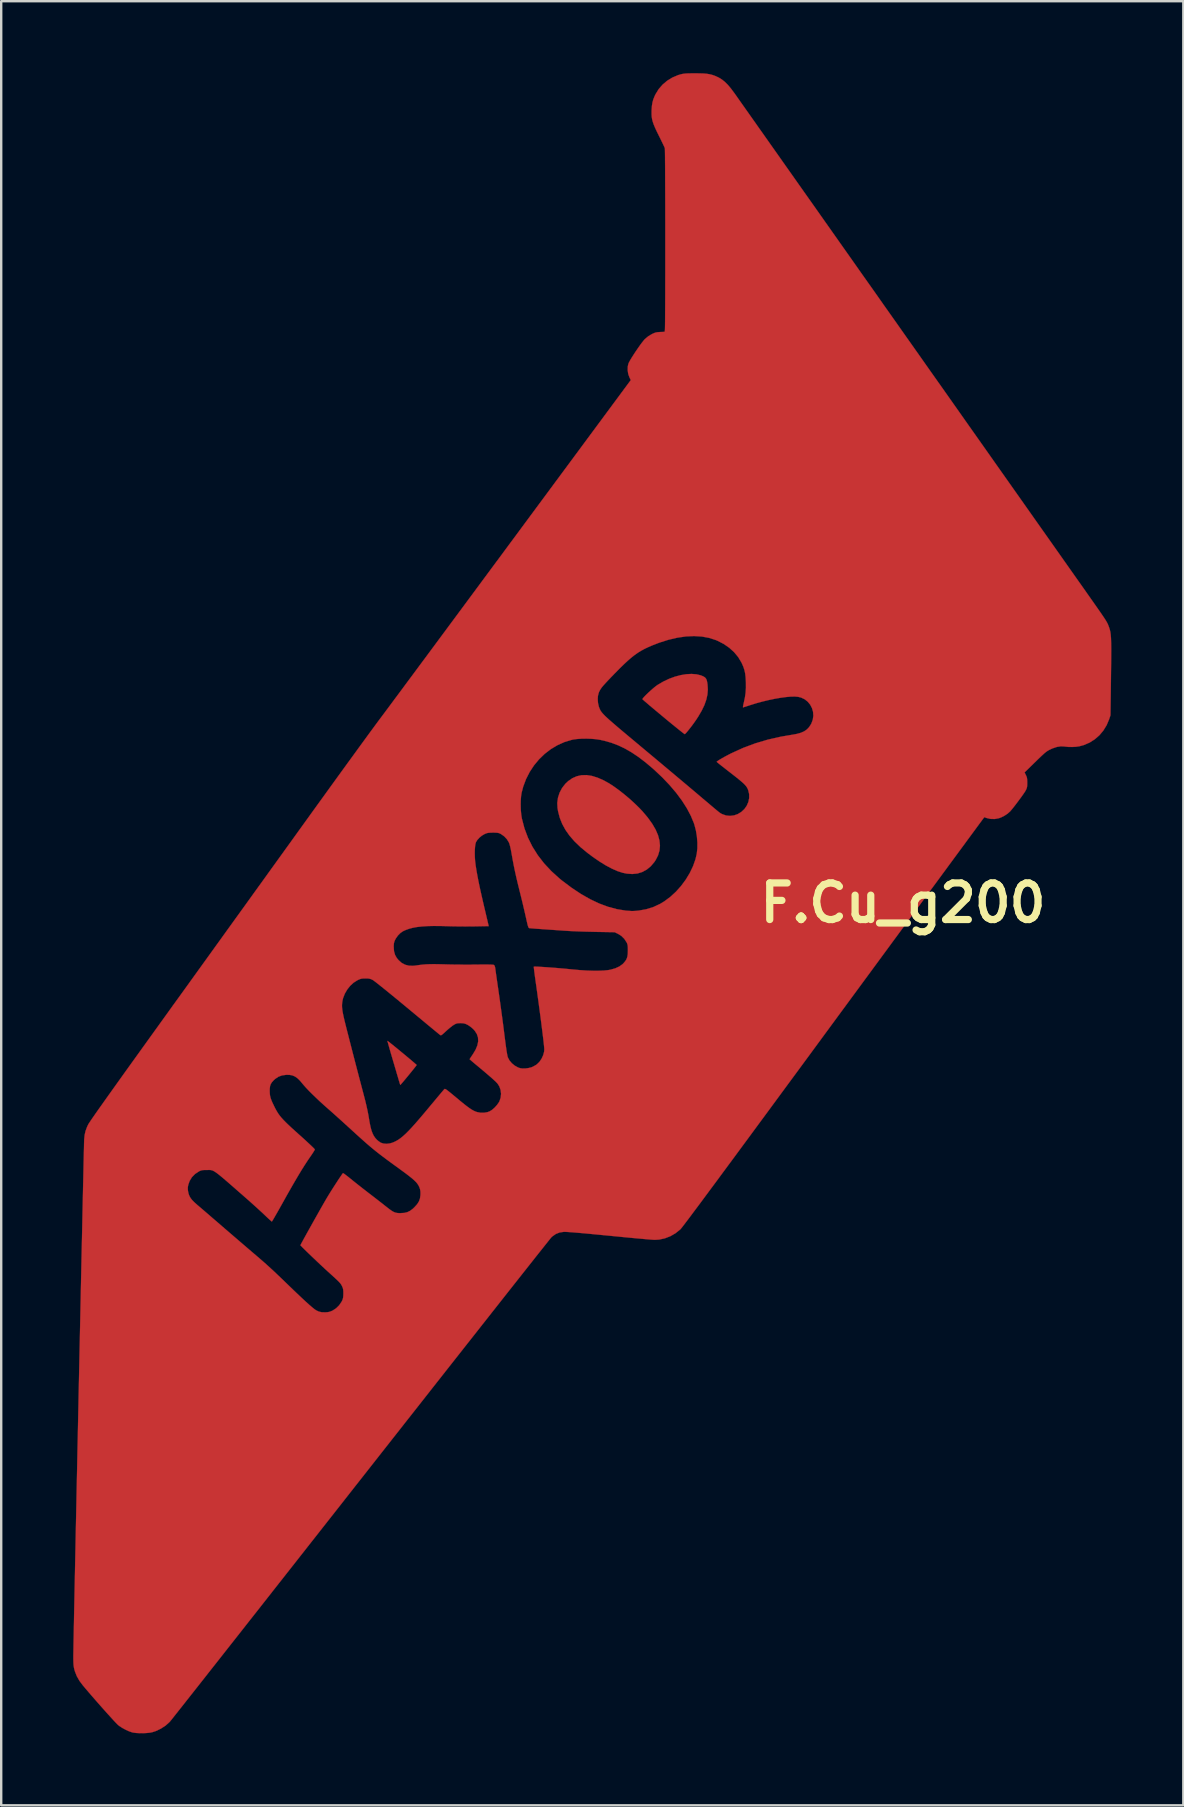
<source format=kicad_pcb>
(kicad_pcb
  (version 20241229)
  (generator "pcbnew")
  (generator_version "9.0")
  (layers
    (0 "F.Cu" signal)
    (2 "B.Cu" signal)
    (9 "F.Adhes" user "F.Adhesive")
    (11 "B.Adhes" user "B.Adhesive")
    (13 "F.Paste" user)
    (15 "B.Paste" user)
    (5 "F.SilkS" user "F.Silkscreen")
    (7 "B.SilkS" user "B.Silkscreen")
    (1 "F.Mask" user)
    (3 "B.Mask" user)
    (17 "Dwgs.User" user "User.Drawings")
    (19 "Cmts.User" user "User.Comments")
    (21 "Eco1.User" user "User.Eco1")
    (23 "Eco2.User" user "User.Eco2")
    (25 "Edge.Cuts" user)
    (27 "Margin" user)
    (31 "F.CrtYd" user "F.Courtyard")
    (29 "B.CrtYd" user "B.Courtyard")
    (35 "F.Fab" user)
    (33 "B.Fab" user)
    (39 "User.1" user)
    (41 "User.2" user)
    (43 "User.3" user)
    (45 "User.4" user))
  (footprint "F.Cu_g200"
    (layer "F.Cu")
    (at 34.57 34.57)
    (property "Reference" "F.Cu_g200" (at 0 0 0) (layer "F.SilkS") (effects (font (size 1.524 1.524) (thickness 0.3))))
    (attr through_hole)
    (fp_poly (pts (xy -21.46 5.755) (xy -21.415 5.79) (xy -21.346 5.844) (xy -21.257 5.916) (xy -21.154 5.999) (xy -21.04 6.093) (xy -20.92 6.191) (xy -20.798 6.292) (xy -20.679 6.391) (xy -20.566 6.485) (xy -20.465 6.57) (xy -20.38 6.642) (xy -20.315 6.699) (xy -20.274 6.735) (xy -20.262 6.748) (xy -20.273 6.767) (xy -20.308 6.813) (xy -20.361 6.881) (xy -20.428 6.964) (xy -20.504 7.059) (xy -20.586 7.159) (xy -20.669 7.26) (xy -20.748 7.355) (xy -20.819 7.44) (xy -20.878 7.509) (xy -20.92 7.556) (xy -20.94 7.577) (xy -20.941 7.578) (xy -20.951 7.56) (xy -20.966 7.514) (xy -20.971 7.498) (xy -20.982 7.461) (xy -21.004 7.388) (xy -21.034 7.284) (xy -21.073 7.154) (xy -21.117 7.002) (xy -21.167 6.834) (xy -21.22 6.653) (xy -21.24 6.586) (xy -21.293 6.406) (xy -21.342 6.239) (xy -21.385 6.089) (xy -21.421 5.961) (xy -21.449 5.859) (xy -21.469 5.787) (xy -21.478 5.749) (xy -21.478 5.744) (xy -21.46 5.755)) (stroke (width 0.01) (type solid)) (fill yes) (layer "F.Cu"))
    (fp_poly (pts (xy -12.958 -5.294) (xy -12.72 -5.22) (xy -12.467 -5.108) (xy -12.233 -4.977) (xy -12.04 -4.85) (xy -11.829 -4.697) (xy -11.611 -4.525) (xy -11.392 -4.341) (xy -11.183 -4.151) (xy -10.991 -3.964) (xy -10.848 -3.813) (xy -10.627 -3.55) (xy -10.447 -3.299) (xy -10.307 -3.058) (xy -10.207 -2.827) (xy -10.147 -2.605) (xy -10.126 -2.391) (xy -10.145 -2.185) (xy -10.204 -1.986) (xy -10.302 -1.793) (xy -10.357 -1.71) (xy -10.507 -1.532) (xy -10.675 -1.393) (xy -10.86 -1.292) (xy -11.06 -1.23) (xy -11.277 -1.208) (xy -11.509 -1.224) (xy -11.682 -1.26) (xy -11.892 -1.328) (xy -12.123 -1.43) (xy -12.373 -1.562) (xy -12.638 -1.725) (xy -12.916 -1.916) (xy -13.144 -2.087) (xy -13.433 -2.325) (xy -13.68 -2.562) (xy -13.889 -2.801) (xy -14.061 -3.044) (xy -14.197 -3.293) (xy -14.3 -3.551) (xy -14.37 -3.821) (xy -14.393 -3.958) (xy -14.403 -4.175) (xy -14.373 -4.391) (xy -14.306 -4.598) (xy -14.202 -4.793) (xy -14.066 -4.968) (xy -13.949 -5.078) (xy -13.775 -5.199) (xy -13.589 -5.281) (xy -13.392 -5.324) (xy -13.181 -5.329) (xy -12.958 -5.294)) (stroke (width 0.01) (type solid)) (fill yes) (layer "F.Cu"))
    (fp_poly (pts (xy -8.602 -9.527) (xy -8.419 -9.483) (xy -8.318 -9.44) (xy -8.256 -9.402) (xy -8.211 -9.355) (xy -8.18 -9.292) (xy -8.158 -9.202) (xy -8.144 -9.104) (xy -8.131 -8.894) (xy -8.148 -8.684) (xy -8.195 -8.471) (xy -8.273 -8.249) (xy -8.385 -8.016) (xy -8.531 -7.766) (xy -8.605 -7.652) (xy -8.672 -7.555) (xy -8.746 -7.452) (xy -8.823 -7.349) (xy -8.899 -7.251) (xy -8.969 -7.164) (xy -9.028 -7.095) (xy -9.071 -7.05) (xy -9.091 -7.034) (xy -9.111 -7.046) (xy -9.16 -7.082) (xy -9.236 -7.141) (xy -9.335 -7.22) (xy -9.454 -7.316) (xy -9.59 -7.426) (xy -9.74 -7.549) (xy -9.901 -7.682) (xy -9.98 -7.748) (xy -10.145 -7.885) (xy -10.301 -8.015) (xy -10.443 -8.134) (xy -10.569 -8.24) (xy -10.675 -8.331) (xy -10.76 -8.404) (xy -10.82 -8.456) (xy -10.851 -8.485) (xy -10.855 -8.49) (xy -10.845 -8.516) (xy -10.807 -8.563) (xy -10.747 -8.628) (xy -10.671 -8.704) (xy -10.585 -8.786) (xy -10.493 -8.869) (xy -10.402 -8.948) (xy -10.316 -9.018) (xy -10.242 -9.074) (xy -10.218 -9.09) (xy -9.985 -9.226) (xy -9.745 -9.34) (xy -9.502 -9.429) (xy -9.261 -9.493) (xy -9.028 -9.532) (xy -8.806 -9.543) (xy -8.602 -9.527)) (stroke (width 0.01) (type solid)) (fill yes) (layer "F.Cu"))
    (fp_poly (pts (xy -8.472 -34.563) (xy -8.314 -34.558) (xy -8.181 -34.547) (xy -8.068 -34.529) (xy -7.965 -34.505) (xy -7.865 -34.472) (xy -7.812 -34.451) (xy -7.672 -34.386) (xy -7.543 -34.306) (xy -7.42 -34.208) (xy -7.297 -34.085) (xy -7.17 -33.934) (xy -7.032 -33.749) (xy -7.023 -33.737) (xy -6.998 -33.702) (xy -6.95 -33.634) (xy -6.879 -33.533) (xy -6.784 -33.398) (xy -6.667 -33.232) (xy -6.528 -33.035) (xy -6.367 -32.807) (xy -6.185 -32.549) (xy -5.983 -32.262) (xy -5.76 -31.947) (xy -5.518 -31.603) (xy -5.256 -31.232) (xy -4.976 -30.834) (xy -4.677 -30.411) (xy -4.361 -29.962) (xy -4.027 -29.489) (xy -3.676 -28.992) (xy -3.309 -28.471) (xy -2.926 -27.928) (xy -2.528 -27.363) (xy -2.114 -26.776) (xy -1.687 -26.169) (xy -1.244 -25.543) (xy -0.789 -24.896) (xy -0.32 -24.232) (xy 0.161 -23.549) (xy 0.655 -22.849) (xy 1.16 -22.132) (xy 1.677 -21.4) (xy 2.204 -20.652) (xy 2.741 -19.889) (xy 3.289 -19.113) (xy 3.845 -18.323) (xy 4.411 -17.521) (xy 4.985 -16.707) (xy 5.567 -15.881) (xy 6.157 -15.045) (xy 6.753 -14.199) (xy 7.356 -13.344) (xy 7.497 -13.145) (xy 7.676 -12.89) (xy 7.832 -12.668) (xy 7.968 -12.475) (xy 8.084 -12.309) (xy 8.183 -12.168) (xy 8.265 -12.049) (xy 8.333 -11.949) (xy 8.389 -11.865) (xy 8.434 -11.796) (xy 8.469 -11.739) (xy 8.496 -11.691) (xy 8.518 -11.65) (xy 8.535 -11.613) (xy 8.55 -11.578) (xy 8.564 -11.541) (xy 8.575 -11.511) (xy 8.595 -11.455) (xy 8.612 -11.4) (xy 8.627 -11.344) (xy 8.64 -11.283) (xy 8.65 -11.214) (xy 8.658 -11.134) (xy 8.665 -11.039) (xy 8.669 -10.928) (xy 8.672 -10.796) (xy 8.674 -10.64) (xy 8.674 -10.458) (xy 8.673 -10.247) (xy 8.671 -10.002) (xy 8.668 -9.721) (xy 8.664 -9.401) (xy 8.664 -9.387) (xy 8.643 -7.821) (xy 8.587 -7.652) (xy 8.484 -7.408) (xy 8.348 -7.186) (xy 8.183 -6.989) (xy 7.99 -6.821) (xy 7.775 -6.684) (xy 7.539 -6.582) (xy 7.348 -6.529) (xy 7.211 -6.509) (xy 7.052 -6.5) (xy 6.891 -6.502) (xy 6.747 -6.517) (xy 6.722 -6.521) (xy 6.576 -6.528) (xy 6.411 -6.502) (xy 6.231 -6.442) (xy 6.116 -6.389) (xy 6.064 -6.362) (xy 6.014 -6.332) (xy 5.962 -6.295) (xy 5.904 -6.249) (xy 5.836 -6.188) (xy 5.751 -6.109) (xy 5.646 -6.009) (xy 5.517 -5.882) (xy 5.506 -5.872) (xy 5.065 -5.44) (xy 5.12 -5.329) (xy 5.147 -5.269) (xy 5.164 -5.213) (xy 5.172 -5.146) (xy 5.175 -5.056) (xy 5.175 -5.015) (xy 5.174 -4.916) (xy 5.169 -4.845) (xy 5.156 -4.789) (xy 5.134 -4.733) (xy 5.11 -4.687) (xy 5.078 -4.632) (xy 5.024 -4.552) (xy 4.954 -4.452) (xy 4.872 -4.34) (xy 4.785 -4.223) (xy 4.697 -4.106) (xy 4.613 -3.998) (xy 4.538 -3.905) (xy 4.478 -3.834) (xy 4.459 -3.813) (xy 4.357 -3.722) (xy 4.228 -3.637) (xy 4.09 -3.567) (xy 3.993 -3.531) (xy 3.819 -3.499) (xy 3.64 -3.504) (xy 3.477 -3.543) (xy 3.387 -3.575) (xy 3.304 -3.465) (xy 3.287 -3.441) (xy 3.245 -3.384) (xy 3.179 -3.295) (xy 3.091 -3.175) (xy 2.981 -3.025) (xy 2.849 -2.846) (xy 2.697 -2.64) (xy 2.526 -2.406) (xy 2.335 -2.147) (xy 2.126 -1.863) (xy 1.9 -1.556) (xy 1.658 -1.226) (xy 1.399 -0.874) (xy 1.125 -0.502) (xy 0.838 -0.11) (xy 0.536 0.3) (xy 0.222 0.727) (xy -0.104 1.171) (xy -0.442 1.63) (xy -0.79 2.104) (xy -1.147 2.59) (xy -1.514 3.089) (xy -1.888 3.598) (xy -2.27 4.118) (xy -2.659 4.647) (xy -2.962 5.059) (xy -3.472 5.753) (xy -3.957 6.414) (xy -4.419 7.041) (xy -4.857 7.636) (xy -5.271 8.199) (xy -5.662 8.731) (xy -6.031 9.231) (xy -6.377 9.702) (xy -6.702 10.142) (xy -7.005 10.554) (xy -7.288 10.936) (xy -7.55 11.291) (xy -7.791 11.618) (xy -8.013 11.917) (xy -8.216 12.191) (xy -8.399 12.438) (xy -8.564 12.66) (xy -8.711 12.856) (xy -8.84 13.029) (xy -8.952 13.178) (xy -9.047 13.303) (xy -9.125 13.406) (xy -9.187 13.487) (xy -9.234 13.546) (xy -9.265 13.584) (xy -9.28 13.6) (xy -9.476 13.757) (xy -9.692 13.882) (xy -9.923 13.971) (xy -10.163 14.022) (xy -10.34 14.033) (xy -10.383 14.031) (xy -10.466 14.025) (xy -10.584 14.016) (xy -10.733 14.003) (xy -10.911 13.987) (xy -11.113 13.969) (xy -11.337 13.948) (xy -11.578 13.925) (xy -11.834 13.9) (xy -12.101 13.874) (xy -12.223 13.862) (xy -12.6 13.826) (xy -12.934 13.794) (xy -13.228 13.766) (xy -13.48 13.744) (xy -13.691 13.726) (xy -13.862 13.713) (xy -13.993 13.704) (xy -14.084 13.7) (xy -14.129 13.7) (xy -14.305 13.726) (xy -14.461 13.787) (xy -14.604 13.887) (xy -14.646 13.924) (xy -14.665 13.946) (xy -14.709 14.001) (xy -14.778 14.087) (xy -14.871 14.204) (xy -14.987 14.35) (xy -15.126 14.525) (xy -15.287 14.727) (xy -15.468 14.957) (xy -15.67 15.212) (xy -15.892 15.493) (xy -16.132 15.797) (xy -16.391 16.125) (xy -16.667 16.475) (xy -16.959 16.846) (xy -17.268 17.238) (xy -17.592 17.649) (xy -17.93 18.079) (xy -18.283 18.526) (xy -18.648 18.99) (xy -19.026 19.47) (xy -19.415 19.964) (xy -19.815 20.473) (xy -20.225 20.995) (xy -20.645 21.528) (xy -21.073 22.073) (xy -21.51 22.628) (xy -21.954 23.193) (xy -22.404 23.766) (xy -22.607 24.024) (xy -23.06 24.6) (xy -23.506 25.169) (xy -23.946 25.728) (xy -24.378 26.278) (xy -24.801 26.816) (xy -25.215 27.343) (xy -25.62 27.858) (xy -26.014 28.358) (xy -26.396 28.845) (xy -26.766 29.316) (xy -27.124 29.77) (xy -27.468 30.208) (xy -27.798 30.627) (xy -28.113 31.027) (xy -28.412 31.407) (xy -28.695 31.767) (xy -28.961 32.104) (xy -29.209 32.419) (xy -29.438 32.71) (xy -29.648 32.976) (xy -29.838 33.217) (xy -30.007 33.432) (xy -30.155 33.619) (xy -30.281 33.777) (xy -30.383 33.907) (xy -30.462 34.007) (xy -30.517 34.075) (xy -30.547 34.112) (xy -30.552 34.117) (xy -30.721 34.269) (xy -30.919 34.398) (xy -31.132 34.499) (xy -31.266 34.543) (xy -31.374 34.565) (xy -31.51 34.579) (xy -31.661 34.586) (xy -31.814 34.585) (xy -31.956 34.577) (xy -32.075 34.561) (xy -32.11 34.553) (xy -32.238 34.51) (xy -32.382 34.445) (xy -32.525 34.367) (xy -32.651 34.285) (xy -32.691 34.254) (xy -32.73 34.218) (xy -32.792 34.154) (xy -32.877 34.064) (xy -32.978 33.953) (xy -33.095 33.825) (xy -33.223 33.682) (xy -33.36 33.529) (xy -33.501 33.369) (xy -33.644 33.206) (xy -33.786 33.043) (xy -33.923 32.884) (xy -34.052 32.733) (xy -34.163 32.601) (xy -34.311 32.404) (xy -34.422 32.209) (xy -34.501 32.006) (xy -34.523 31.931) (xy -34.539 31.857) (xy -34.551 31.782) (xy -34.559 31.696) (xy -34.563 31.59) (xy -34.565 31.455) (xy -34.565 31.391) (xy -34.565 31.344) (xy -34.563 31.258) (xy -34.561 31.132) (xy -34.558 30.969) (xy -34.555 30.771) (xy -34.55 30.538) (xy -34.545 30.273) (xy -34.539 29.977) (xy -34.533 29.652) (xy -34.526 29.299) (xy -34.518 28.919) (xy -34.51 28.515) (xy -34.501 28.087) (xy -34.492 27.638) (xy -34.482 27.169) (xy -34.472 26.682) (xy -34.462 26.177) (xy -34.451 25.657) (xy -34.44 25.123) (xy -34.429 24.577) (xy -34.417 24.021) (xy -34.405 23.455) (xy -34.394 22.881) (xy -34.381 22.302) (xy -34.369 21.718) (xy -34.357 21.131) (xy -34.345 20.543) (xy -34.332 19.954) (xy -34.32 19.368) (xy -34.308 18.785) (xy -34.295 18.207) (xy -34.283 17.636) (xy -34.271 17.072) (xy -34.259 16.518) (xy -34.248 15.975) (xy -34.237 15.445) (xy -34.226 14.928) (xy -34.215 14.428) (xy -34.204 13.945) (xy -34.194 13.481) (xy -34.185 13.038) (xy -34.176 12.616) (xy -34.167 12.218) (xy -34.16 11.896) (xy -29.798 11.896) (xy -29.791 11.975) (xy -29.784 12.02) (xy -29.761 12.12) (xy -29.728 12.208) (xy -29.681 12.291) (xy -29.615 12.376) (xy -29.524 12.468) (xy -29.404 12.576) (xy -29.364 12.61) (xy -29.29 12.673) (xy -29.189 12.759) (xy -29.066 12.865) (xy -28.925 12.986) (xy -28.773 13.118) (xy -28.612 13.256) (xy -28.45 13.396) (xy -28.365 13.47) (xy -28.187 13.623) (xy -27.997 13.787) (xy -27.801 13.955) (xy -27.607 14.122) (xy -27.421 14.282) (xy -27.252 14.427) (xy -27.106 14.552) (xy -27.084 14.57) (xy -26.924 14.707) (xy -26.782 14.829) (xy -26.653 14.941) (xy -26.533 15.047) (xy -26.417 15.152) (xy -26.299 15.26) (xy -26.176 15.374) (xy -26.043 15.501) (xy -25.894 15.643) (xy -25.725 15.806) (xy -25.531 15.993) (xy -25.504 16.019) (xy -25.274 16.24) (xy -25.069 16.434) (xy -24.891 16.6) (xy -24.74 16.736) (xy -24.615 16.844) (xy -24.519 16.921) (xy -24.459 16.964) (xy -24.345 17.02) (xy -24.218 17.049) (xy -24.065 17.053) (xy -24.063 17.053) (xy -23.958 17.045) (xy -23.874 17.026) (xy -23.787 16.991) (xy -23.762 16.979) (xy -23.619 16.886) (xy -23.492 16.762) (xy -23.392 16.616) (xy -23.37 16.573) (xy -23.342 16.506) (xy -23.326 16.443) (xy -23.318 16.367) (xy -23.315 16.267) (xy -23.317 16.168) (xy -23.324 16.096) (xy -23.339 16.036) (xy -23.366 15.973) (xy -23.375 15.954) (xy -23.393 15.919) (xy -23.413 15.886) (xy -23.438 15.852) (xy -23.471 15.812) (xy -23.516 15.765) (xy -23.577 15.706) (xy -23.657 15.631) (xy -23.759 15.537) (xy -23.886 15.421) (xy -23.982 15.335) (xy -24.07 15.254) (xy -24.172 15.159) (xy -24.285 15.054) (xy -24.404 14.942) (xy -24.524 14.827) (xy -24.644 14.713) (xy -24.757 14.604) (xy -24.861 14.504) (xy -24.951 14.415) (xy -25.024 14.343) (xy -25.075 14.291) (xy -25.101 14.262) (xy -25.104 14.258) (xy -25.094 14.236) (xy -25.065 14.181) (xy -25.02 14.097) (xy -24.961 13.989) (xy -24.89 13.861) (xy -24.81 13.716) (xy -24.722 13.558) (xy -24.63 13.393) (xy -24.535 13.223) (xy -24.439 13.053) (xy -24.346 12.888) (xy -24.257 12.73) (xy -24.174 12.584) (xy -24.1 12.455) (xy -24.037 12.346) (xy -23.996 12.277) (xy -23.942 12.187) (xy -23.876 12.08) (xy -23.802 11.962) (xy -23.723 11.838) (xy -23.643 11.714) (xy -23.565 11.594) (xy -23.493 11.484) (xy -23.429 11.39) (xy -23.379 11.316) (xy -23.344 11.269) (xy -23.33 11.253) (xy -23.31 11.263) (xy -23.262 11.296) (xy -23.193 11.348) (xy -23.108 11.414) (xy -23.019 11.486) (xy -22.919 11.567) (xy -22.794 11.667) (xy -22.652 11.779) (xy -22.502 11.897) (xy -22.351 12.014) (xy -22.236 12.103) (xy -22.097 12.21) (xy -21.956 12.318) (xy -21.822 12.423) (xy -21.699 12.518) (xy -21.597 12.599) (xy -21.526 12.655) (xy -21.406 12.749) (xy -21.309 12.818) (xy -21.227 12.867) (xy -21.153 12.897) (xy -21.076 12.914) (xy -20.991 12.92) (xy -20.934 12.92) (xy -20.78 12.911) (xy -20.652 12.881) (xy -20.537 12.825) (xy -20.423 12.74) (xy -20.35 12.67) (xy -20.241 12.549) (xy -20.167 12.432) (xy -20.123 12.309) (xy -20.104 12.169) (xy -20.102 12.107) (xy -20.105 12.007) (xy -20.119 11.928) (xy -20.147 11.846) (xy -20.161 11.815) (xy -20.194 11.751) (xy -20.237 11.687) (xy -20.294 11.62) (xy -20.369 11.547) (xy -20.464 11.464) (xy -20.583 11.369) (xy -20.731 11.256) (xy -20.911 11.124) (xy -20.913 11.123) (xy -21.145 10.954) (xy -21.347 10.807) (xy -21.525 10.676) (xy -21.683 10.557) (xy -21.826 10.448) (xy -21.959 10.343) (xy -22.087 10.239) (xy -22.215 10.132) (xy -22.348 10.018) (xy -22.49 9.892) (xy -22.646 9.752) (xy -22.822 9.593) (xy -23.022 9.41) (xy -23.093 9.345) (xy -23.237 9.214) (xy -23.384 9.08) (xy -23.529 8.95) (xy -23.664 8.828) (xy -23.784 8.721) (xy -23.883 8.633) (xy -23.928 8.594) (xy -24.107 8.436) (xy -24.283 8.276) (xy -24.452 8.117) (xy -24.609 7.965) (xy -24.75 7.824) (xy -24.869 7.699) (xy -24.963 7.593) (xy -25.001 7.548) (xy -25.118 7.407) (xy -25.227 7.301) (xy -25.332 7.228) (xy -25.441 7.182) (xy -25.56 7.16) (xy -25.696 7.158) (xy -25.701 7.159) (xy -25.875 7.184) (xy -26.025 7.24) (xy -26.159 7.331) (xy -26.209 7.376) (xy -26.288 7.462) (xy -26.339 7.542) (xy -26.369 7.629) (xy -26.382 7.737) (xy -26.384 7.821) (xy -26.381 7.925) (xy -26.371 8.018) (xy -26.35 8.11) (xy -26.316 8.209) (xy -26.266 8.326) (xy -26.197 8.469) (xy -26.193 8.477) (xy -26.141 8.581) (xy -26.088 8.675) (xy -26.034 8.763) (xy -25.973 8.849) (xy -25.903 8.936) (xy -25.82 9.028) (xy -25.721 9.13) (xy -25.602 9.245) (xy -25.461 9.377) (xy -25.293 9.529) (xy -25.154 9.654) (xy -25.013 9.78) (xy -24.883 9.898) (xy -24.767 10.006) (xy -24.668 10.099) (xy -24.589 10.175) (xy -24.534 10.23) (xy -24.506 10.262) (xy -24.503 10.268) (xy -24.515 10.295) (xy -24.548 10.35) (xy -24.596 10.426) (xy -24.657 10.516) (xy -24.69 10.564) (xy -24.806 10.733) (xy -24.927 10.919) (xy -25.056 11.124) (xy -25.194 11.353) (xy -25.345 11.609) (xy -25.509 11.894) (xy -25.689 12.211) (xy -25.813 12.434) (xy -25.909 12.606) (xy -25.999 12.766) (xy -26.081 12.911) (xy -26.153 13.036) (xy -26.212 13.139) (xy -26.257 13.214) (xy -26.285 13.26) (xy -26.295 13.271) (xy -26.314 13.257) (xy -26.359 13.218) (xy -26.424 13.159) (xy -26.505 13.084) (xy -26.596 12.997) (xy -26.602 12.991) (xy -26.691 12.907) (xy -26.805 12.802) (xy -26.938 12.68) (xy -27.084 12.549) (xy -27.235 12.413) (xy -27.387 12.28) (xy -27.463 12.213) (xy -27.691 12.014) (xy -27.889 11.84) (xy -28.061 11.69) (xy -28.208 11.563) (xy -28.333 11.456) (xy -28.439 11.368) (xy -28.527 11.297) (xy -28.602 11.241) (xy -28.664 11.198) (xy -28.717 11.167) (xy -28.764 11.145) (xy -28.806 11.132) (xy -28.846 11.125) (xy -28.887 11.122) (xy -28.931 11.122) (xy -28.982 11.123) (xy -29.009 11.123) (xy -29.111 11.124) (xy -29.183 11.129) (xy -29.238 11.141) (xy -29.289 11.16) (xy -29.332 11.182) (xy -29.495 11.29) (xy -29.625 11.423) (xy -29.72 11.58) (xy -29.774 11.734) (xy -29.793 11.823) (xy -29.798 11.896) (xy -34.16 11.896) (xy -34.159 11.845) (xy -34.151 11.499) (xy -34.144 11.181) (xy -34.138 10.893) (xy -34.132 10.637) (xy -34.127 10.413) (xy -34.122 10.224) (xy -34.119 10.071) (xy -34.116 9.955) (xy -34.114 9.879) (xy -34.112 9.843) (xy -34.112 9.842) (xy -34.093 9.659) (xy -34.055 9.494) (xy -33.993 9.329) (xy -33.946 9.229) (xy -33.926 9.195) (xy -33.888 9.137) (xy -33.832 9.052) (xy -33.756 8.942) (xy -33.661 8.805) (xy -33.546 8.641) (xy -33.411 8.45) (xy -33.255 8.23) (xy -33.078 7.981) (xy -32.879 7.702) (xy -32.659 7.394) (xy -32.417 7.055) (xy -32.152 6.686) (xy -31.864 6.285) (xy -31.552 5.851) (xy -31.217 5.385) (xy -30.858 4.886) (xy -30.503 4.392) (xy -30.424 4.282) (xy -23.372 4.282) (xy -23.368 4.371) (xy -23.356 4.473) (xy -23.336 4.591) (xy -23.306 4.733) (xy -23.267 4.902) (xy -23.217 5.104) (xy -23.187 5.224) (xy -23.101 5.559) (xy -23.009 5.918) (xy -22.913 6.291) (xy -22.815 6.67) (xy -22.717 7.045) (xy -22.622 7.407) (xy -22.533 7.745) (xy -22.457 8.033) (xy -22.398 8.261) (xy -22.346 8.483) (xy -22.302 8.687) (xy -22.268 8.865) (xy -22.257 8.932) (xy -22.22 9.15) (xy -22.183 9.33) (xy -22.143 9.479) (xy -22.097 9.602) (xy -22.045 9.705) (xy -21.984 9.792) (xy -21.921 9.861) (xy -21.855 9.918) (xy -21.783 9.969) (xy -21.749 9.989) (xy -21.64 10.023) (xy -21.511 10.032) (xy -21.375 10.015) (xy -21.279 9.988) (xy -21.188 9.951) (xy -21.1 9.906) (xy -21.011 9.853) (xy -20.919 9.787) (xy -20.822 9.707) (xy -20.716 9.611) (xy -20.6 9.495) (xy -20.47 9.357) (xy -20.325 9.196) (xy -20.161 9.007) (xy -19.976 8.79) (xy -19.785 8.562) (xy -19.656 8.406) (xy -19.533 8.26) (xy -19.421 8.125) (xy -19.322 8.007) (xy -19.239 7.908) (xy -19.174 7.831) (xy -19.131 7.781) (xy -19.113 7.761) (xy -19.102 7.75) (xy -19.087 7.746) (xy -19.067 7.751) (xy -19.037 7.767) (xy -18.993 7.797) (xy -18.933 7.844) (xy -18.851 7.91) (xy -18.744 7.998) (xy -18.61 8.11) (xy -18.597 8.12) (xy -18.428 8.261) (xy -18.286 8.376) (xy -18.167 8.469) (xy -18.066 8.543) (xy -17.981 8.6) (xy -17.906 8.643) (xy -17.837 8.677) (xy -17.77 8.702) (xy -17.749 8.709) (xy -17.608 8.737) (xy -17.457 8.738) (xy -17.313 8.714) (xy -17.219 8.679) (xy -17.118 8.616) (xy -17.013 8.524) (xy -16.916 8.417) (xy -16.838 8.306) (xy -16.814 8.262) (xy -16.762 8.11) (xy -16.745 7.949) (xy -16.764 7.789) (xy -16.818 7.639) (xy -16.887 7.53) (xy -16.933 7.479) (xy -17.007 7.407) (xy -17.111 7.312) (xy -17.245 7.195) (xy -17.41 7.054) (xy -17.607 6.888) (xy -17.693 6.816) (xy -17.798 6.729) (xy -17.891 6.651) (xy -17.967 6.586) (xy -18.022 6.538) (xy -18.052 6.512) (xy -18.055 6.508) (xy -18.044 6.489) (xy -18.014 6.442) (xy -17.969 6.374) (xy -17.919 6.3) (xy -17.805 6.109) (xy -17.732 5.931) (xy -17.698 5.764) (xy -17.705 5.608) (xy -17.752 5.462) (xy -17.839 5.325) (xy -17.905 5.252) (xy -17.983 5.183) (xy -18.072 5.117) (xy -18.151 5.069) (xy -18.229 5.034) (xy -18.297 5.015) (xy -18.376 5.007) (xy -18.437 5.006) (xy -18.525 5.008) (xy -18.588 5.017) (xy -18.644 5.038) (xy -18.71 5.075) (xy -18.719 5.08) (xy -18.784 5.124) (xy -18.867 5.19) (xy -18.959 5.267) (xy -19.042 5.342) (xy -19.124 5.418) (xy -19.183 5.469) (xy -19.222 5.499) (xy -19.249 5.51) (xy -19.27 5.508) (xy -19.282 5.5) (xy -19.304 5.483) (xy -19.357 5.44) (xy -19.436 5.374) (xy -19.541 5.288) (xy -19.668 5.183) (xy -19.816 5.061) (xy -19.98 4.924) (xy -20.16 4.775) (xy -20.352 4.616) (xy -20.554 4.448) (xy -20.647 4.371) (xy -20.867 4.189) (xy -21.076 4.016) (xy -21.273 3.855) (xy -21.454 3.707) (xy -21.618 3.574) (xy -21.762 3.459) (xy -21.883 3.362) (xy -21.98 3.287) (xy -22.049 3.235) (xy -22.089 3.208) (xy -22.091 3.207) (xy -22.157 3.175) (xy -22.214 3.156) (xy -22.279 3.146) (xy -22.366 3.143) (xy -22.394 3.143) (xy -22.488 3.145) (xy -22.558 3.152) (xy -22.621 3.17) (xy -22.694 3.201) (xy -22.738 3.223) (xy -22.89 3.32) (xy -23.031 3.45) (xy -23.155 3.606) (xy -23.255 3.779) (xy -23.326 3.961) (xy -23.345 4.039) (xy -23.36 4.121) (xy -23.369 4.201) (xy -23.372 4.282) (xy -30.424 4.282) (xy -30.181 3.946) (xy -29.848 3.484) (xy -29.506 3.008) (xy -29.156 2.522) (xy -28.801 2.029) (xy -28.666 1.841) (xy -21.218 1.841) (xy -21.204 2.013) (xy -21.162 2.16) (xy -21.089 2.291) (xy -21.019 2.376) (xy -20.888 2.494) (xy -20.741 2.572) (xy -20.578 2.613) (xy -20.397 2.616) (xy -20.315 2.607) (xy -20.16 2.585) (xy -20.016 2.568) (xy -19.876 2.556) (xy -19.73 2.55) (xy -19.57 2.547) (xy -19.387 2.549) (xy -19.173 2.554) (xy -19.104 2.556) (xy -18.924 2.561) (xy -18.713 2.565) (xy -18.485 2.567) (xy -18.251 2.568) (xy -18.023 2.568) (xy -17.814 2.566) (xy -17.799 2.566) (xy -17.571 2.564) (xy -17.384 2.563) (xy -17.239 2.565) (xy -17.134 2.568) (xy -17.069 2.574) (xy -17.045 2.579) (xy -17.013 2.615) (xy -16.993 2.684) (xy -16.99 2.703) (xy -16.984 2.745) (xy -16.973 2.824) (xy -16.958 2.935) (xy -16.938 3.074) (xy -16.915 3.235) (xy -16.889 3.415) (xy -16.861 3.607) (xy -16.841 3.747) (xy -16.807 3.983) (xy -16.771 4.243) (xy -16.734 4.514) (xy -16.697 4.786) (xy -16.662 5.049) (xy -16.631 5.291) (xy -16.605 5.502) (xy -16.605 5.503) (xy -16.572 5.76) (xy -16.543 5.976) (xy -16.518 6.152) (xy -16.495 6.288) (xy -16.477 6.382) (xy -16.463 6.429) (xy -16.396 6.558) (xy -16.295 6.677) (xy -16.172 6.778) (xy -16.035 6.853) (xy -15.95 6.882) (xy -15.853 6.895) (xy -15.733 6.893) (xy -15.608 6.877) (xy -15.495 6.85) (xy -15.443 6.83) (xy -15.363 6.789) (xy -15.287 6.744) (xy -15.251 6.719) (xy -15.147 6.618) (xy -15.059 6.489) (xy -14.992 6.344) (xy -14.952 6.197) (xy -14.944 6.102) (xy -14.947 6.043) (xy -14.956 5.945) (xy -14.97 5.811) (xy -14.989 5.644) (xy -15.013 5.448) (xy -15.041 5.225) (xy -15.072 4.978) (xy -15.107 4.711) (xy -15.145 4.426) (xy -15.185 4.127) (xy -15.228 3.816) (xy -15.272 3.496) (xy -15.316 3.189) (xy -15.336 3.044) (xy -15.353 2.915) (xy -15.367 2.805) (xy -15.376 2.721) (xy -15.381 2.668) (xy -15.38 2.652) (xy -15.356 2.65) (xy -15.294 2.65) (xy -15.2 2.654) (xy -15.08 2.661) (xy -14.938 2.67) (xy -14.78 2.681) (xy -14.611 2.694) (xy -14.435 2.707) (xy -14.259 2.722) (xy -14.087 2.737) (xy -13.924 2.753) (xy -13.795 2.766) (xy -13.485 2.794) (xy -13.192 2.814) (xy -12.921 2.823) (xy -12.676 2.823) (xy -12.46 2.814) (xy -12.28 2.795) (xy -12.191 2.779) (xy -11.987 2.722) (xy -11.819 2.645) (xy -11.685 2.549) (xy -11.644 2.509) (xy -11.568 2.418) (xy -11.516 2.332) (xy -11.484 2.239) (xy -11.467 2.127) (xy -11.462 1.986) (xy -11.462 1.979) (xy -11.463 1.87) (xy -11.468 1.792) (xy -11.478 1.734) (xy -11.494 1.683) (xy -11.511 1.646) (xy -11.611 1.492) (xy -11.739 1.367) (xy -11.87 1.287) (xy -12.011 1.217) (xy -12.816 1.203) (xy -13.021 1.198) (xy -13.234 1.193) (xy -13.446 1.186) (xy -13.648 1.178) (xy -13.831 1.17) (xy -13.988 1.161) (xy -14.076 1.156) (xy -14.244 1.144) (xy -14.438 1.13) (xy -14.643 1.116) (xy -14.843 1.102) (xy -15.023 1.09) (xy -15.028 1.089) (xy -15.171 1.079) (xy -15.302 1.07) (xy -15.414 1.061) (xy -15.501 1.054) (xy -15.555 1.049) (xy -15.57 1.047) (xy -15.585 1.04) (xy -15.599 1.023) (xy -15.614 0.991) (xy -15.631 0.938) (xy -15.651 0.86) (xy -15.676 0.751) (xy -15.708 0.606) (xy -15.715 0.577) (xy -15.748 0.428) (xy -15.79 0.249) (xy -15.836 0.052) (xy -15.885 -0.151) (xy -15.934 -0.349) (xy -15.971 -0.497) (xy -16.044 -0.793) (xy -16.107 -1.058) (xy -16.162 -1.304) (xy -16.211 -1.541) (xy -16.257 -1.779) (xy -16.301 -2.029) (xy -16.309 -2.074) (xy -16.338 -2.23) (xy -16.368 -2.363) (xy -16.397 -2.467) (xy -16.417 -2.519) (xy -16.5 -2.655) (xy -16.613 -2.777) (xy -16.745 -2.87) (xy -16.753 -2.875) (xy -16.806 -2.901) (xy -16.855 -2.918) (xy -16.912 -2.927) (xy -16.989 -2.931) (xy -17.081 -2.932) (xy -17.187 -2.93) (xy -17.263 -2.925) (xy -17.323 -2.914) (xy -17.38 -2.895) (xy -17.433 -2.872) (xy -17.547 -2.805) (xy -17.652 -2.718) (xy -17.739 -2.62) (xy -17.793 -2.529) (xy -17.813 -2.457) (xy -17.828 -2.352) (xy -17.838 -2.223) (xy -17.841 -2.079) (xy -17.838 -1.929) (xy -17.829 -1.783) (xy -17.824 -1.733) (xy -17.802 -1.557) (xy -17.772 -1.364) (xy -17.734 -1.15) (xy -17.688 -0.91) (xy -17.632 -0.642) (xy -17.565 -0.342) (xy -17.488 -0.005) (xy -17.467 0.085) (xy -17.26 0.963) (xy -17.843 0.974) (xy -18.035 0.976) (xy -18.249 0.977) (xy -18.471 0.975) (xy -18.686 0.973) (xy -18.879 0.969) (xy -18.955 0.966) (xy -19.281 0.958) (xy -19.569 0.957) (xy -19.823 0.963) (xy -20.047 0.978) (xy -20.245 1) (xy -20.419 1.032) (xy -20.575 1.073) (xy -20.717 1.124) (xy -20.827 1.174) (xy -20.936 1.248) (xy -21.039 1.351) (xy -21.126 1.473) (xy -21.163 1.541) (xy -21.192 1.612) (xy -21.209 1.678) (xy -21.216 1.755) (xy -21.218 1.841) (xy -28.666 1.841) (xy -28.443 1.532) (xy -28.085 1.034) (xy -27.728 0.539) (xy -27.374 0.048) (xy -27.027 -0.435) (xy -26.687 -0.906) (xy -26.358 -1.364) (xy -26.041 -1.804) (xy -25.739 -2.223) (xy -25.454 -2.619) (xy -25.188 -2.989) (xy -24.943 -3.329) (xy -24.81 -3.514) (xy -24.56 -3.861) (xy -24.409 -4.07) (xy -15.928 -4.07) (xy -15.922 -3.873) (xy -15.905 -3.686) (xy -15.879 -3.521) (xy -15.877 -3.514) (xy -15.771 -3.109) (xy -15.625 -2.72) (xy -15.44 -2.348) (xy -15.216 -1.992) (xy -14.953 -1.652) (xy -14.651 -1.328) (xy -14.31 -1.019) (xy -14.209 -0.937) (xy -13.809 -0.636) (xy -13.417 -0.376) (xy -13.033 -0.157) (xy -12.654 0.022) (xy -12.282 0.16) (xy -11.915 0.258) (xy -11.552 0.317) (xy -11.303 0.335) (xy -11.237 0.334) (xy -11.146 0.329) (xy -11.046 0.32) (xy -11.017 0.317) (xy -10.7 0.261) (xy -10.4 0.168) (xy -10.116 0.035) (xy -9.946 -0.068) (xy -9.694 -0.255) (xy -9.458 -0.472) (xy -9.242 -0.715) (xy -9.048 -0.977) (xy -8.882 -1.253) (xy -8.746 -1.537) (xy -8.645 -1.824) (xy -8.592 -2.053) (xy -8.567 -2.277) (xy -8.566 -2.522) (xy -8.587 -2.777) (xy -8.629 -3.029) (xy -8.692 -3.267) (xy -8.712 -3.328) (xy -8.84 -3.635) (xy -9.006 -3.949) (xy -9.21 -4.269) (xy -9.45 -4.592) (xy -9.725 -4.915) (xy -10.031 -5.236) (xy -10.368 -5.554) (xy -10.425 -5.604) (xy -10.731 -5.863) (xy -11.024 -6.086) (xy -11.308 -6.276) (xy -11.586 -6.436) (xy -11.864 -6.568) (xy -12.147 -6.675) (xy -12.439 -6.758) (xy -12.619 -6.798) (xy -12.792 -6.825) (xy -12.987 -6.841) (xy -13.191 -6.848) (xy -13.394 -6.845) (xy -13.583 -6.832) (xy -13.746 -6.81) (xy -13.791 -6.8) (xy -14.099 -6.708) (xy -14.392 -6.577) (xy -14.669 -6.412) (xy -14.926 -6.215) (xy -15.161 -5.988) (xy -15.371 -5.736) (xy -15.553 -5.46) (xy -15.704 -5.163) (xy -15.822 -4.85) (xy -15.889 -4.593) (xy -15.912 -4.443) (xy -15.925 -4.265) (xy -15.928 -4.07) (xy -24.409 -4.07) (xy -24.309 -4.209) (xy -24.06 -4.553) (xy -23.815 -4.893) (xy -23.574 -5.226) (xy -23.34 -5.549) (xy -23.114 -5.861) (xy -22.898 -6.157) (xy -22.695 -6.437) (xy -22.504 -6.699) (xy -22.33 -6.938) (xy -22.172 -7.154) (xy -22.032 -7.344) (xy -21.914 -7.505) (xy -21.817 -7.635) (xy -21.781 -7.684) (xy -21.718 -7.768) (xy -21.63 -7.885) (xy -21.52 -8.033) (xy -21.388 -8.211) (xy -21.234 -8.418) (xy -21.188 -8.481) (xy -12.718 -8.481) (xy -12.706 -8.33) (xy -12.674 -8.188) (xy -12.66 -8.147) (xy -12.643 -8.105) (xy -12.626 -8.066) (xy -12.607 -8.027) (xy -12.583 -7.988) (xy -12.552 -7.946) (xy -12.513 -7.899) (xy -12.464 -7.846) (xy -12.403 -7.784) (xy -12.327 -7.713) (xy -12.236 -7.63) (xy -12.126 -7.534) (xy -11.996 -7.422) (xy -11.845 -7.292) (xy -11.669 -7.144) (xy -11.468 -6.975) (xy -11.239 -6.784) (xy -10.981 -6.568) (xy -10.841 -6.451) (xy -10.597 -6.247) (xy -10.348 -6.039) (xy -10.099 -5.831) (xy -9.854 -5.625) (xy -9.615 -5.425) (xy -9.388 -5.234) (xy -9.174 -5.055) (xy -8.979 -4.891) (xy -8.805 -4.744) (xy -8.656 -4.619) (xy -8.541 -4.521) (xy -8.348 -4.357) (xy -8.184 -4.219) (xy -8.047 -4.103) (xy -7.934 -4.008) (xy -7.843 -3.931) (xy -7.77 -3.87) (xy -7.713 -3.823) (xy -7.669 -3.788) (xy -7.636 -3.763) (xy -7.61 -3.745) (xy -7.589 -3.732) (xy -7.57 -3.721) (xy -7.55 -3.711) (xy -7.539 -3.705) (xy -7.377 -3.647) (xy -7.208 -3.629) (xy -7.035 -3.651) (xy -6.884 -3.704) (xy -6.733 -3.796) (xy -6.607 -3.914) (xy -6.509 -4.054) (xy -6.442 -4.21) (xy -6.408 -4.374) (xy -6.41 -4.541) (xy -6.45 -4.705) (xy -6.452 -4.71) (xy -6.475 -4.765) (xy -6.502 -4.816) (xy -6.537 -4.867) (xy -6.583 -4.921) (xy -6.643 -4.982) (xy -6.722 -5.052) (xy -6.822 -5.136) (xy -6.947 -5.237) (xy -7.101 -5.358) (xy -7.181 -5.42) (xy -7.317 -5.526) (xy -7.441 -5.623) (xy -7.551 -5.709) (xy -7.642 -5.781) (xy -7.71 -5.836) (xy -7.751 -5.871) (xy -7.763 -5.882) (xy -7.748 -5.899) (xy -7.701 -5.932) (xy -7.628 -5.978) (xy -7.534 -6.033) (xy -7.425 -6.095) (xy -7.306 -6.158) (xy -7.183 -6.222) (xy -7.144 -6.241) (xy -6.657 -6.463) (xy -6.156 -6.65) (xy -5.634 -6.805) (xy -5.089 -6.929) (xy -4.636 -7.006) (xy -4.429 -7.043) (xy -4.259 -7.09) (xy -4.12 -7.151) (xy -4.007 -7.228) (xy -3.914 -7.325) (xy -3.836 -7.444) (xy -3.82 -7.473) (xy -3.759 -7.636) (xy -3.735 -7.801) (xy -3.747 -7.965) (xy -3.792 -8.12) (xy -3.867 -8.263) (xy -3.969 -8.387) (xy -4.096 -8.488) (xy -4.246 -8.559) (xy -4.373 -8.59) (xy -4.509 -8.601) (xy -4.679 -8.598) (xy -4.877 -8.58) (xy -5.099 -8.55) (xy -5.338 -8.509) (xy -5.589 -8.457) (xy -5.846 -8.395) (xy -6.105 -8.325) (xy -6.359 -8.246) (xy -6.4 -8.233) (xy -6.497 -8.201) (xy -6.578 -8.175) (xy -6.637 -8.157) (xy -6.665 -8.149) (xy -6.666 -8.149) (xy -6.667 -8.168) (xy -6.66 -8.219) (xy -6.645 -8.293) (xy -6.633 -8.34) (xy -6.587 -8.555) (xy -6.558 -8.756) (xy -6.544 -8.961) (xy -6.545 -9.188) (xy -6.546 -9.221) (xy -6.557 -9.409) (xy -6.576 -9.567) (xy -6.607 -9.708) (xy -6.652 -9.843) (xy -6.714 -9.985) (xy -6.732 -10.022) (xy -6.865 -10.244) (xy -7.034 -10.448) (xy -7.236 -10.631) (xy -7.467 -10.791) (xy -7.723 -10.923) (xy -7.793 -10.953) (xy -8.077 -11.045) (xy -8.381 -11.101) (xy -8.704 -11.121) (xy -9.045 -11.105) (xy -9.403 -11.053) (xy -9.775 -10.966) (xy -10.161 -10.843) (xy -10.435 -10.737) (xy -10.605 -10.664) (xy -10.76 -10.591) (xy -10.904 -10.513) (xy -11.043 -10.428) (xy -11.18 -10.332) (xy -11.32 -10.221) (xy -11.468 -10.093) (xy -11.629 -9.943) (xy -11.807 -9.769) (xy -12.007 -9.566) (xy -12.045 -9.527) (xy -12.191 -9.376) (xy -12.31 -9.251) (xy -12.405 -9.148) (xy -12.481 -9.064) (xy -12.54 -8.993) (xy -12.585 -8.932) (xy -12.619 -8.878) (xy -12.647 -8.826) (xy -12.67 -8.772) (xy -12.68 -8.745) (xy -12.71 -8.624) (xy -12.718 -8.481) (xy -21.188 -8.481) (xy -21.061 -8.651) (xy -20.868 -8.911) (xy -20.658 -9.195) (xy -20.43 -9.502) (xy -20.187 -9.83) (xy -19.928 -10.179) (xy -19.656 -10.546) (xy -19.371 -10.931) (xy -19.074 -11.332) (xy -18.767 -11.747) (xy -18.449 -12.176) (xy -18.123 -12.617) (xy -17.789 -13.068) (xy -17.448 -13.529) (xy -17.102 -13.997) (xy -16.75 -14.471) (xy -16.396 -14.951) (xy -16.215 -15.195) (xy -11.341 -21.785) (xy -11.4 -21.905) (xy -11.448 -22.042) (xy -11.47 -22.196) (xy -11.466 -22.351) (xy -11.442 -22.462) (xy -11.416 -22.522) (xy -11.369 -22.609) (xy -11.305 -22.716) (xy -11.228 -22.837) (xy -11.144 -22.966) (xy -11.056 -23.095) (xy -10.969 -23.219) (xy -10.888 -23.33) (xy -10.816 -23.422) (xy -10.758 -23.489) (xy -10.749 -23.498) (xy -10.608 -23.614) (xy -10.464 -23.7) (xy -10.375 -23.741) (xy -10.303 -23.767) (xy -10.23 -23.78) (xy -10.136 -23.787) (xy -10.116 -23.788) (xy -9.931 -23.795) (xy -9.92 -23.862) (xy -9.918 -23.895) (xy -9.916 -23.968) (xy -9.914 -24.077) (xy -9.912 -24.22) (xy -9.911 -24.395) (xy -9.91 -24.599) (xy -9.908 -24.829) (xy -9.907 -25.082) (xy -9.906 -25.357) (xy -9.906 -25.65) (xy -9.905 -25.958) (xy -9.904 -26.28) (xy -9.904 -26.612) (xy -9.904 -26.953) (xy -9.904 -27.298) (xy -9.904 -27.646) (xy -9.904 -27.995) (xy -9.904 -28.34) (xy -9.905 -28.681) (xy -9.905 -29.014) (xy -9.906 -29.336) (xy -9.907 -29.645) (xy -9.908 -29.939) (xy -9.909 -30.214) (xy -9.91 -30.469) (xy -9.911 -30.699) (xy -9.913 -30.904) (xy -9.914 -31.08) (xy -9.916 -31.225) (xy -9.918 -31.336) (xy -9.92 -31.41) (xy -9.922 -31.445) (xy -9.922 -31.447) (xy -9.938 -31.484) (xy -9.969 -31.554) (xy -10.014 -31.648) (xy -10.069 -31.762) (xy -10.131 -31.888) (xy -10.169 -31.965) (xy -10.26 -32.149) (xy -10.331 -32.302) (xy -10.386 -32.433) (xy -10.425 -32.547) (xy -10.452 -32.652) (xy -10.468 -32.754) (xy -10.474 -32.86) (xy -10.474 -32.978) (xy -10.472 -33.04) (xy -10.46 -33.212) (xy -10.437 -33.357) (xy -10.399 -33.49) (xy -10.343 -33.626) (xy -10.308 -33.697) (xy -10.18 -33.906) (xy -10.017 -34.094) (xy -9.826 -34.256) (xy -9.611 -34.388) (xy -9.378 -34.488) (xy -9.26 -34.523) (xy -9.194 -34.538) (xy -9.127 -34.549) (xy -9.05 -34.557) (xy -8.956 -34.562) (xy -8.836 -34.564) (xy -8.683 -34.565) (xy -8.666 -34.565) (xy -8.472 -34.563)) (stroke (width 0.01) (type solid)) (fill yes) (layer "F.Cu")))
  (gr_rect
    (start -3 -3)
    (end 46.249 72.161)
    (stroke (width 0.1) (type default))
    (fill no)
    (layer "Edge.Cuts")))
</source>
